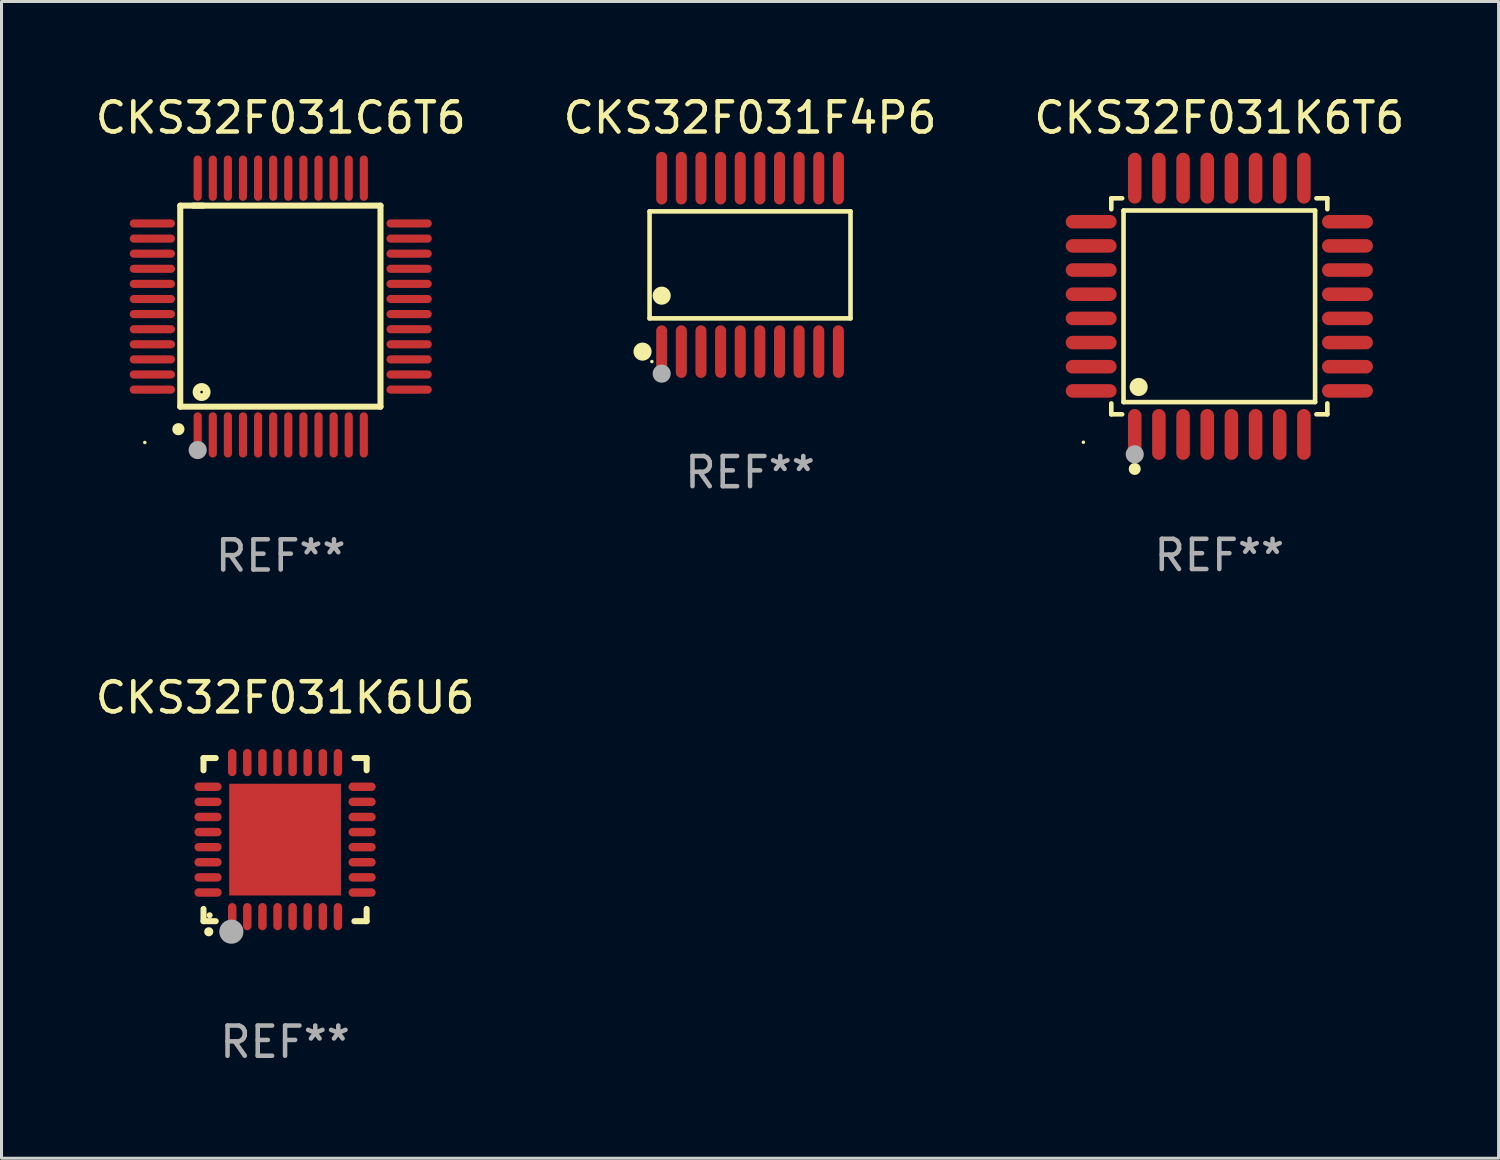
<source format=kicad_pcb>
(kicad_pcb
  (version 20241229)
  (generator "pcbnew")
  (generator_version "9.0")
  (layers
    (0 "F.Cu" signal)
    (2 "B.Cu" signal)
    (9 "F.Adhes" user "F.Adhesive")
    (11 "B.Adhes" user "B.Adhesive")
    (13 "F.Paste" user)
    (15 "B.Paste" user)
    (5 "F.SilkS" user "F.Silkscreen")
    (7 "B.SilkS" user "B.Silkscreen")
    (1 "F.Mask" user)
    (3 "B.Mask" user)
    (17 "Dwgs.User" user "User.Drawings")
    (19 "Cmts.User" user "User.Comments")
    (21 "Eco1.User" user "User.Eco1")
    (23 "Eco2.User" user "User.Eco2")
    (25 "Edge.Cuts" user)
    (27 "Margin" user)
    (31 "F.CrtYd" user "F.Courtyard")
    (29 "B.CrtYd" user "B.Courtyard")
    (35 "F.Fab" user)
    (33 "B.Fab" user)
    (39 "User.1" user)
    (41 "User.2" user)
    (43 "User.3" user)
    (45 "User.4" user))
  (footprint "CKS32F031K6T6"
    (layer "F.Cu")
    (at 37.315 7.09)
    (property "Reference" "CKS32F031K6T6" (at 0 -6.242 0) (layer "F.SilkS") (effects (font (size 1 1) (thickness 0.15))))
    (attr through_hole)
    (fp_line (start -3.576 -3.576) (end -3.215 -3.576) (stroke (width 0.152) (type solid)) (layer "F.SilkS"))
    (fp_line (start -3.576 -3.215) (end -3.576 -3.576) (stroke (width 0.152) (type solid)) (layer "F.SilkS"))
    (fp_line (start -3.576 3.215) (end -3.576 3.576) (stroke (width 0.152) (type solid)) (layer "F.SilkS"))
    (fp_line (start -3.576 3.576) (end -3.215 3.576) (stroke (width 0.152) (type solid)) (layer "F.SilkS"))
    (fp_line (start -3.171 -3.171) (end 3.171 -3.171) (stroke (width 0.152) (type solid)) (layer "F.SilkS"))
    (fp_line (start -3.171 3.171) (end -3.171 -3.171) (stroke (width 0.152) (type solid)) (layer "F.SilkS"))
    (fp_line (start 3.171 -3.171) (end 3.171 3.171) (stroke (width 0.152) (type solid)) (layer "F.SilkS"))
    (fp_line (start 3.171 3.171) (end -3.171 3.171) (stroke (width 0.152) (type solid)) (layer "F.SilkS"))
    (fp_line (start 3.576 -3.576) (end 3.215 -3.576) (stroke (width 0.152) (type solid)) (layer "F.SilkS"))
    (fp_line (start 3.576 -3.215) (end 3.576 -3.576) (stroke (width 0.152) (type solid)) (layer "F.SilkS"))
    (fp_line (start 3.576 3.215) (end 3.576 3.576) (stroke (width 0.152) (type solid)) (layer "F.SilkS"))
    (fp_line (start 3.576 3.576) (end 3.215 3.576) (stroke (width 0.152) (type solid)) (layer "F.SilkS"))
    (fp_circle (center -4.5 4.5) (end -4.47 4.5) (stroke (width 0.06) (type solid)) (fill no) (layer "F.SilkS"))
    (fp_circle (center -2.8 5.384) (end -2.7 5.384) (stroke (width 0.2) (type solid)) (fill no) (layer "F.SilkS"))
    (fp_circle (center -2.671 2.671) (end -2.521 2.671) (stroke (width 0.3) (type solid)) (fill no) (layer "F.SilkS"))
    (fp_circle (center -2.8 4.9) (end -2.65 4.9) (stroke (width 0.3) (type solid)) (fill no) (layer "F.Fab"))
    (fp_text user "REF**" (at 0 8.242 0) (layer "F.Fab") (effects (font (size 1 1) (thickness 0.15))))
    (pad "1" smd oval (at -2.8 4.242) (size 0.448 1.684) (layers "F.Cu" "F.Mask" "F.Paste"))
    (pad "2" smd oval (at -2 4.242) (size 0.448 1.684) (layers "F.Cu" "F.Mask" "F.Paste"))
    (pad "3" smd oval (at -1.2 4.242) (size 0.448 1.684) (layers "F.Cu" "F.Mask" "F.Paste"))
    (pad "4" smd oval (at -0.4 4.242) (size 0.448 1.684) (layers "F.Cu" "F.Mask" "F.Paste"))
    (pad "5" smd oval (at 0.4 4.242) (size 0.448 1.684) (layers "F.Cu" "F.Mask" "F.Paste"))
    (pad "6" smd oval (at 1.2 4.242) (size 0.448 1.684) (layers "F.Cu" "F.Mask" "F.Paste"))
    (pad "7" smd oval (at 2 4.242) (size 0.448 1.684) (layers "F.Cu" "F.Mask" "F.Paste"))
    (pad "8" smd oval (at 2.8 4.242) (size 0.448 1.684) (layers "F.Cu" "F.Mask" "F.Paste"))
    (pad "9" smd oval (at 4.242 2.8) (size 1.684 0.448) (layers "F.Cu" "F.Mask" "F.Paste"))
    (pad "10" smd oval (at 4.242 2) (size 1.684 0.448) (layers "F.Cu" "F.Mask" "F.Paste"))
    (pad "11" smd oval (at 4.242 1.2) (size 1.684 0.448) (layers "F.Cu" "F.Mask" "F.Paste"))
    (pad "12" smd oval (at 4.242 0.4) (size 1.684 0.448) (layers "F.Cu" "F.Mask" "F.Paste"))
    (pad "13" smd oval (at 4.242 -0.4) (size 1.684 0.448) (layers "F.Cu" "F.Mask" "F.Paste"))
    (pad "14" smd oval (at 4.242 -1.2) (size 1.684 0.448) (layers "F.Cu" "F.Mask" "F.Paste"))
    (pad "15" smd oval (at 4.242 -2) (size 1.684 0.448) (layers "F.Cu" "F.Mask" "F.Paste"))
    (pad "16" smd oval (at 4.242 -2.8) (size 1.684 0.448) (layers "F.Cu" "F.Mask" "F.Paste"))
    (pad "17" smd oval (at 2.8 -4.242) (size 0.448 1.684) (layers "F.Cu" "F.Mask" "F.Paste"))
    (pad "18" smd oval (at 2 -4.242) (size 0.448 1.684) (layers "F.Cu" "F.Mask" "F.Paste"))
    (pad "19" smd oval (at 1.2 -4.242) (size 0.448 1.684) (layers "F.Cu" "F.Mask" "F.Paste"))
    (pad "20" smd oval (at 0.4 -4.242) (size 0.448 1.684) (layers "F.Cu" "F.Mask" "F.Paste"))
    (pad "21" smd oval (at -0.4 -4.242) (size 0.448 1.684) (layers "F.Cu" "F.Mask" "F.Paste"))
    (pad "22" smd oval (at -1.2 -4.242) (size 0.448 1.684) (layers "F.Cu" "F.Mask" "F.Paste"))
    (pad "23" smd oval (at -2 -4.242) (size 0.448 1.684) (layers "F.Cu" "F.Mask" "F.Paste"))
    (pad "24" smd oval (at -2.8 -4.242) (size 0.448 1.684) (layers "F.Cu" "F.Mask" "F.Paste"))
    (pad "25" smd oval (at -4.242 -2.8) (size 1.684 0.448) (layers "F.Cu" "F.Mask" "F.Paste"))
    (pad "26" smd oval (at -4.242 -2) (size 1.684 0.448) (layers "F.Cu" "F.Mask" "F.Paste"))
    (pad "27" smd oval (at -4.242 -1.2) (size 1.684 0.448) (layers "F.Cu" "F.Mask" "F.Paste"))
    (pad "28" smd oval (at -4.242 -0.4) (size 1.684 0.448) (layers "F.Cu" "F.Mask" "F.Paste"))
    (pad "29" smd oval (at -4.242 0.4) (size 1.684 0.448) (layers "F.Cu" "F.Mask" "F.Paste"))
    (pad "30" smd oval (at -4.242 1.2) (size 1.684 0.448) (layers "F.Cu" "F.Mask" "F.Paste"))
    (pad "31" smd oval (at -4.242 2) (size 1.684 0.448) (layers "F.Cu" "F.Mask" "F.Paste"))
    (pad "32" smd oval (at -4.242 2.8) (size 1.684 0.448) (layers "F.Cu" "F.Mask" "F.Paste")))
  (footprint "CKS32F031F4P6"
    (layer "F.Cu")
    (at 21.78 5.719)
    (property "Reference" "CKS32F031F4P6" (at 0 -4.871 0) (layer "F.SilkS") (effects (font (size 1 1) (thickness 0.15))))
    (attr through_hole)
    (fp_line (start -3.326 -1.771) (end 3.326 -1.771) (stroke (width 0.152) (type solid)) (layer "F.SilkS"))
    (fp_line (start -3.326 1.771) (end -3.326 -1.771) (stroke (width 0.152) (type solid)) (layer "F.SilkS"))
    (fp_line (start 3.326 -1.771) (end 3.326 1.771) (stroke (width 0.152) (type solid)) (layer "F.SilkS"))
    (fp_line (start 3.326 1.771) (end -3.326 1.771) (stroke (width 0.152) (type solid)) (layer "F.SilkS"))
    (fp_circle (center -3.559 2.871) (end -3.409 2.871) (stroke (width 0.3) (type solid)) (fill no) (layer "F.SilkS"))
    (fp_circle (center -3.25 3.2) (end -3.22 3.2) (stroke (width 0.06) (type solid)) (fill no) (layer "F.SilkS"))
    (fp_circle (center -2.925 1.019) (end -2.775 1.019) (stroke (width 0.3) (type solid)) (fill no) (layer "F.SilkS"))
    (fp_circle (center -2.925 3.6) (end -2.775 3.6) (stroke (width 0.3) (type solid)) (fill no) (layer "F.Fab"))
    (fp_text user "REF**" (at 0 6.871 0) (layer "F.Fab") (effects (font (size 1 1) (thickness 0.15))))
    (pad "1" smd oval (at -2.925 2.871) (size 0.364 1.742) (layers "F.Cu" "F.Mask" "F.Paste"))
    (pad "2" smd oval (at -2.275 2.871) (size 0.364 1.742) (layers "F.Cu" "F.Mask" "F.Paste"))
    (pad "3" smd oval (at -1.625 2.871) (size 0.364 1.742) (layers "F.Cu" "F.Mask" "F.Paste"))
    (pad "4" smd oval (at -0.975 2.871) (size 0.364 1.742) (layers "F.Cu" "F.Mask" "F.Paste"))
    (pad "5" smd oval (at -0.325 2.871) (size 0.364 1.742) (layers "F.Cu" "F.Mask" "F.Paste"))
    (pad "6" smd oval (at 0.325 2.871) (size 0.364 1.742) (layers "F.Cu" "F.Mask" "F.Paste"))
    (pad "7" smd oval (at 0.975 2.871) (size 0.364 1.742) (layers "F.Cu" "F.Mask" "F.Paste"))
    (pad "8" smd oval (at 1.625 2.871) (size 0.364 1.742) (layers "F.Cu" "F.Mask" "F.Paste"))
    (pad "9" smd oval (at 2.275 2.871) (size 0.364 1.742) (layers "F.Cu" "F.Mask" "F.Paste"))
    (pad "10" smd oval (at 2.925 2.871) (size 0.364 1.742) (layers "F.Cu" "F.Mask" "F.Paste"))
    (pad "11" smd oval (at 2.925 -2.871) (size 0.364 1.742) (layers "F.Cu" "F.Mask" "F.Paste"))
    (pad "12" smd oval (at 2.275 -2.871) (size 0.364 1.742) (layers "F.Cu" "F.Mask" "F.Paste"))
    (pad "13" smd oval (at 1.625 -2.871) (size 0.364 1.742) (layers "F.Cu" "F.Mask" "F.Paste"))
    (pad "14" smd oval (at 0.975 -2.871) (size 0.364 1.742) (layers "F.Cu" "F.Mask" "F.Paste"))
    (pad "15" smd oval (at 0.325 -2.871) (size 0.364 1.742) (layers "F.Cu" "F.Mask" "F.Paste"))
    (pad "16" smd oval (at -0.325 -2.871) (size 0.364 1.742) (layers "F.Cu" "F.Mask" "F.Paste"))
    (pad "17" smd oval (at -0.975 -2.871) (size 0.364 1.742) (layers "F.Cu" "F.Mask" "F.Paste"))
    (pad "18" smd oval (at -1.625 -2.871) (size 0.364 1.742) (layers "F.Cu" "F.Mask" "F.Paste"))
    (pad "19" smd oval (at -2.275 -2.871) (size 0.364 1.742) (layers "F.Cu" "F.Mask" "F.Paste"))
    (pad "20" smd oval (at -2.925 -2.871) (size 0.364 1.742) (layers "F.Cu" "F.Mask" "F.Paste")))
  (footprint "CKS32F031C6T6"
    (layer "F.Cu")
    (at 6.244 7.098)
    (property "Reference" "CKS32F031C6T6" (at 0 -6.25 0) (layer "F.SilkS") (effects (font (size 1 1) (thickness 0.15))))
    (attr through_hole)
    (fp_line (start -3.327 -3.34) (end -2.565 -3.34) (stroke (width 0.2) (type solid)) (layer "F.SilkS"))
    (fp_line (start -3.327 3.315) (end -3.327 -3.34) (stroke (width 0.2) (type solid)) (layer "F.SilkS"))
    (fp_line (start -2.896 -3.34) (end 3.302 -3.34) (stroke (width 0.2) (type solid)) (layer "F.SilkS"))
    (fp_line (start 3.302 -3.34) (end 3.302 3.315) (stroke (width 0.2) (type solid)) (layer "F.SilkS"))
    (fp_line (start 3.302 3.315) (end -3.327 3.315) (stroke (width 0.2) (type solid)) (layer "F.SilkS"))
    (fp_arc (start -3.389992 4.059995) (mid -3.388722 4.059991) (end -3.387452 4.059995) (stroke (width 0.4) (type solid)) (layer "F.SilkS"))
    (fp_circle (center -4.5 4.5) (end -4.47 4.5) (stroke (width 0.06) (type solid)) (fill no) (layer "F.SilkS"))
    (fp_circle (center -2.62 2.83) (end -2.45 2.83) (stroke (width 0.254) (type solid)) (fill no) (layer "F.SilkS"))
    (fp_circle (center -2.75 4.75) (end -2.6 4.75) (stroke (width 0.3) (type solid)) (fill no) (layer "F.Fab"))
    (fp_text user "REF**" (at 0 8.25 0) (layer "F.Fab") (effects (font (size 1 1) (thickness 0.15))))
    (pad "1" smd oval (at -2.75 4.25) (size 0.27 1.5) (layers "F.Cu" "F.Mask" "F.Paste"))
    (pad "2" smd oval (at -2.25 4.25) (size 0.27 1.5) (layers "F.Cu" "F.Mask" "F.Paste"))
    (pad "3" smd oval (at -1.75 4.25) (size 0.27 1.5) (layers "F.Cu" "F.Mask" "F.Paste"))
    (pad "4" smd oval (at -1.25 4.25) (size 0.27 1.5) (layers "F.Cu" "F.Mask" "F.Paste"))
    (pad "5" smd oval (at -0.75 4.25) (size 0.27 1.5) (layers "F.Cu" "F.Mask" "F.Paste"))
    (pad "6" smd oval (at -0.25 4.25) (size 0.27 1.5) (layers "F.Cu" "F.Mask" "F.Paste"))
    (pad "7" smd oval (at 0.25 4.25) (size 0.27 1.5) (layers "F.Cu" "F.Mask" "F.Paste"))
    (pad "8" smd oval (at 0.75 4.25) (size 0.27 1.5) (layers "F.Cu" "F.Mask" "F.Paste"))
    (pad "9" smd oval (at 1.25 4.25) (size 0.27 1.5) (layers "F.Cu" "F.Mask" "F.Paste"))
    (pad "10" smd oval (at 1.75 4.25) (size 0.27 1.5) (layers "F.Cu" "F.Mask" "F.Paste"))
    (pad "11" smd oval (at 2.25 4.25) (size 0.27 1.5) (layers "F.Cu" "F.Mask" "F.Paste"))
    (pad "12" smd oval (at 2.75 4.25) (size 0.27 1.5) (layers "F.Cu" "F.Mask" "F.Paste"))
    (pad "13" smd oval (at 4.25 2.75) (size 1.5 0.27) (layers "F.Cu" "F.Mask" "F.Paste"))
    (pad "14" smd oval (at 4.25 2.25) (size 1.5 0.27) (layers "F.Cu" "F.Mask" "F.Paste"))
    (pad "15" smd oval (at 4.25 1.75) (size 1.5 0.27) (layers "F.Cu" "F.Mask" "F.Paste"))
    (pad "16" smd oval (at 4.25 1.25) (size 1.5 0.27) (layers "F.Cu" "F.Mask" "F.Paste"))
    (pad "17" smd oval (at 4.25 0.75) (size 1.5 0.27) (layers "F.Cu" "F.Mask" "F.Paste"))
    (pad "18" smd oval (at 4.25 0.25) (size 1.5 0.27) (layers "F.Cu" "F.Mask" "F.Paste"))
    (pad "19" smd oval (at 4.25 -0.25) (size 1.5 0.27) (layers "F.Cu" "F.Mask" "F.Paste"))
    (pad "20" smd oval (at 4.25 -0.75) (size 1.5 0.27) (layers "F.Cu" "F.Mask" "F.Paste"))
    (pad "21" smd oval (at 4.25 -1.25) (size 1.5 0.27) (layers "F.Cu" "F.Mask" "F.Paste"))
    (pad "22" smd oval (at 4.25 -1.75) (size 1.5 0.27) (layers "F.Cu" "F.Mask" "F.Paste"))
    (pad "23" smd oval (at 4.25 -2.25) (size 1.5 0.27) (layers "F.Cu" "F.Mask" "F.Paste"))
    (pad "24" smd oval (at 4.25 -2.75) (size 1.5 0.27) (layers "F.Cu" "F.Mask" "F.Paste"))
    (pad "25" smd oval (at 2.75 -4.25) (size 0.27 1.5) (layers "F.Cu" "F.Mask" "F.Paste"))
    (pad "26" smd oval (at 2.25 -4.25) (size 0.27 1.5) (layers "F.Cu" "F.Mask" "F.Paste"))
    (pad "27" smd oval (at 1.75 -4.25) (size 0.27 1.5) (layers "F.Cu" "F.Mask" "F.Paste"))
    (pad "28" smd oval (at 1.25 -4.25) (size 0.27 1.5) (layers "F.Cu" "F.Mask" "F.Paste"))
    (pad "29" smd oval (at 0.75 -4.25) (size 0.27 1.5) (layers "F.Cu" "F.Mask" "F.Paste"))
    (pad "30" smd oval (at 0.25 -4.25) (size 0.27 1.5) (layers "F.Cu" "F.Mask" "F.Paste"))
    (pad "31" smd oval (at -0.25 -4.25) (size 0.27 1.5) (layers "F.Cu" "F.Mask" "F.Paste"))
    (pad "32" smd oval (at -0.75 -4.25) (size 0.27 1.5) (layers "F.Cu" "F.Mask" "F.Paste"))
    (pad "33" smd oval (at -1.25 -4.25) (size 0.27 1.5) (layers "F.Cu" "F.Mask" "F.Paste"))
    (pad "34" smd oval (at -1.75 -4.25) (size 0.27 1.5) (layers "F.Cu" "F.Mask" "F.Paste"))
    (pad "35" smd oval (at -2.25 -4.25) (size 0.27 1.5) (layers "F.Cu" "F.Mask" "F.Paste"))
    (pad "36" smd oval (at -2.75 -4.25) (size 0.27 1.5) (layers "F.Cu" "F.Mask" "F.Paste"))
    (pad "37" smd oval (at -4.25 -2.75) (size 1.5 0.27) (layers "F.Cu" "F.Mask" "F.Paste"))
    (pad "38" smd oval (at -4.25 -2.25) (size 1.5 0.27) (layers "F.Cu" "F.Mask" "F.Paste"))
    (pad "39" smd oval (at -4.25 -1.75) (size 1.5 0.27) (layers "F.Cu" "F.Mask" "F.Paste"))
    (pad "40" smd oval (at -4.25 -1.25) (size 1.5 0.27) (layers "F.Cu" "F.Mask" "F.Paste"))
    (pad "41" smd oval (at -4.25 -0.75) (size 1.5 0.27) (layers "F.Cu" "F.Mask" "F.Paste"))
    (pad "42" smd oval (at -4.25 -0.25) (size 1.5 0.27) (layers "F.Cu" "F.Mask" "F.Paste"))
    (pad "43" smd oval (at -4.25 0.25) (size 1.5 0.27) (layers "F.Cu" "F.Mask" "F.Paste"))
    (pad "44" smd oval (at -4.25 0.75) (size 1.5 0.27) (layers "F.Cu" "F.Mask" "F.Paste"))
    (pad "45" smd oval (at -4.25 1.25) (size 1.5 0.27) (layers "F.Cu" "F.Mask" "F.Paste"))
    (pad "46" smd oval (at -4.25 1.75) (size 1.5 0.27) (layers "F.Cu" "F.Mask" "F.Paste"))
    (pad "47" smd oval (at -4.25 2.25) (size 1.5 0.27) (layers "F.Cu" "F.Mask" "F.Paste"))
    (pad "48" smd oval (at -4.25 2.75) (size 1.5 0.27) (layers "F.Cu" "F.Mask" "F.Paste")))
  (footprint "CKS32F031K6U6"
    (layer "F.Cu")
    (at 6.387 24.745)
    (property "Reference" "CKS32F031K6U6" (at 0 -4.7 0) (layer "F.SilkS") (effects (font (size 1 1) (thickness 0.15))))
    (attr through_hole)
    (fp_line (start -2.7 -2.7) (end -2.295 -2.7) (stroke (width 0.2) (type solid)) (layer "F.SilkS"))
    (fp_line (start -2.7 -2.295) (end -2.7 -2.7) (stroke (width 0.2) (type solid)) (layer "F.SilkS"))
    (fp_line (start -2.7 2.7) (end -2.7 2.295) (stroke (width 0.2) (type solid)) (layer "F.SilkS"))
    (fp_line (start -2.295 2.7) (end -2.7 2.7) (stroke (width 0.2) (type solid)) (layer "F.SilkS"))
    (fp_line (start 2.295 2.7) (end 2.7 2.7) (stroke (width 0.2) (type solid)) (layer "F.SilkS"))
    (fp_line (start 2.7 -2.7) (end 2.295 -2.7) (stroke (width 0.2) (type solid)) (layer "F.SilkS"))
    (fp_line (start 2.7 -2.295) (end 2.7 -2.7) (stroke (width 0.2) (type solid)) (layer "F.SilkS"))
    (fp_line (start 2.7 2.7) (end 2.7 2.295) (stroke (width 0.2) (type solid)) (layer "F.SilkS"))
    (fp_arc (start -2.527889 3.050546) (mid -2.526619 3.050541) (end -2.525349 3.050546) (stroke (width 0.3) (type solid)) (layer "F.SilkS"))
    (fp_circle (center -2.497 2.505) (end -2.447 2.505) (stroke (width 0.1) (type solid)) (fill no) (layer "F.SilkS"))
    (fp_circle (center -1.778 3.048) (end -1.578 3.048) (stroke (width 0.4) (type solid)) (fill no) (layer "F.Fab"))
    (fp_text user "REF**" (at 0 6.7 0) (layer "F.Fab") (effects (font (size 1 1) (thickness 0.15))))
    (pad "1" smd oval (at -1.75 2.55) (size 0.28 0.9) (layers "F.Cu" "F.Mask" "F.Paste"))
    (pad "2" smd oval (at -1.25 2.55) (size 0.28 0.9) (layers "F.Cu" "F.Mask" "F.Paste"))
    (pad "3" smd oval (at -0.749 2.55) (size 0.28 0.9) (layers "F.Cu" "F.Mask" "F.Paste"))
    (pad "4" smd oval (at -0.249 2.55) (size 0.28 0.9) (layers "F.Cu" "F.Mask" "F.Paste"))
    (pad "5" smd oval (at 0.249 2.55) (size 0.28 0.9) (layers "F.Cu" "F.Mask" "F.Paste"))
    (pad "6" smd oval (at 0.749 2.55) (size 0.28 0.9) (layers "F.Cu" "F.Mask" "F.Paste"))
    (pad "7" smd oval (at 1.25 2.55) (size 0.28 0.9) (layers "F.Cu" "F.Mask" "F.Paste"))
    (pad "8" smd oval (at 1.75 2.55) (size 0.28 0.9) (layers "F.Cu" "F.Mask" "F.Paste"))
    (pad "9" smd oval (at 2.55 1.75) (size 0.9 0.28) (layers "F.Cu" "F.Mask" "F.Paste"))
    (pad "10" smd oval (at 2.55 1.25) (size 0.9 0.28) (layers "F.Cu" "F.Mask" "F.Paste"))
    (pad "11" smd oval (at 2.55 0.749) (size 0.9 0.28) (layers "F.Cu" "F.Mask" "F.Paste"))
    (pad "12" smd oval (at 2.55 0.249) (size 0.9 0.28) (layers "F.Cu" "F.Mask" "F.Paste"))
    (pad "13" smd oval (at 2.55 -0.249) (size 0.9 0.28) (layers "F.Cu" "F.Mask" "F.Paste"))
    (pad "14" smd oval (at 2.55 -0.749) (size 0.9 0.28) (layers "F.Cu" "F.Mask" "F.Paste"))
    (pad "15" smd oval (at 2.55 -1.25) (size 0.9 0.28) (layers "F.Cu" "F.Mask" "F.Paste"))
    (pad "16" smd oval (at 2.55 -1.75) (size 0.9 0.28) (layers "F.Cu" "F.Mask" "F.Paste"))
    (pad "17" smd oval (at 1.75 -2.55) (size 0.28 0.9) (layers "F.Cu" "F.Mask" "F.Paste"))
    (pad "18" smd oval (at 1.25 -2.55) (size 0.28 0.9) (layers "F.Cu" "F.Mask" "F.Paste"))
    (pad "19" smd oval (at 0.749 -2.55) (size 0.28 0.9) (layers "F.Cu" "F.Mask" "F.Paste"))
    (pad "20" smd oval (at 0.249 -2.55) (size 0.28 0.9) (layers "F.Cu" "F.Mask" "F.Paste"))
    (pad "21" smd oval (at -0.249 -2.55) (size 0.28 0.9) (layers "F.Cu" "F.Mask" "F.Paste"))
    (pad "22" smd oval (at -0.749 -2.55) (size 0.28 0.9) (layers "F.Cu" "F.Mask" "F.Paste"))
    (pad "23" smd oval (at -1.25 -2.55) (size 0.28 0.9) (layers "F.Cu" "F.Mask" "F.Paste"))
    (pad "24" smd oval (at -1.75 -2.55) (size 0.28 0.9) (layers "F.Cu" "F.Mask" "F.Paste"))
    (pad "25" smd oval (at -2.55 -1.75) (size 0.9 0.28) (layers "F.Cu" "F.Mask" "F.Paste"))
    (pad "26" smd oval (at -2.55 -1.25) (size 0.9 0.28) (layers "F.Cu" "F.Mask" "F.Paste"))
    (pad "27" smd oval (at -2.55 -0.749) (size 0.9 0.28) (layers "F.Cu" "F.Mask" "F.Paste"))
    (pad "28" smd oval (at -2.55 -0.249) (size 0.9 0.28) (layers "F.Cu" "F.Mask" "F.Paste"))
    (pad "29" smd oval (at -2.55 0.249) (size 0.9 0.28) (layers "F.Cu" "F.Mask" "F.Paste"))
    (pad "30" smd oval (at -2.55 0.749) (size 0.9 0.28) (layers "F.Cu" "F.Mask" "F.Paste"))
    (pad "31" smd oval (at -2.55 1.25) (size 0.9 0.28) (layers "F.Cu" "F.Mask" "F.Paste"))
    (pad "32" smd oval (at -2.55 1.75) (size 0.9 0.28) (layers "F.Cu" "F.Mask" "F.Paste"))
    (pad "33" smd rect (at 0.000076 0.000076) (size 3.7 3.7) (layers "F.Cu" "F.Mask" "F.Paste")))
  (gr_rect
    (start -3 -3)
    (end 46.56 35.293)
    (stroke (width 0.1) (type default))
    (fill no)
    (layer "Edge.Cuts")))
</source>
